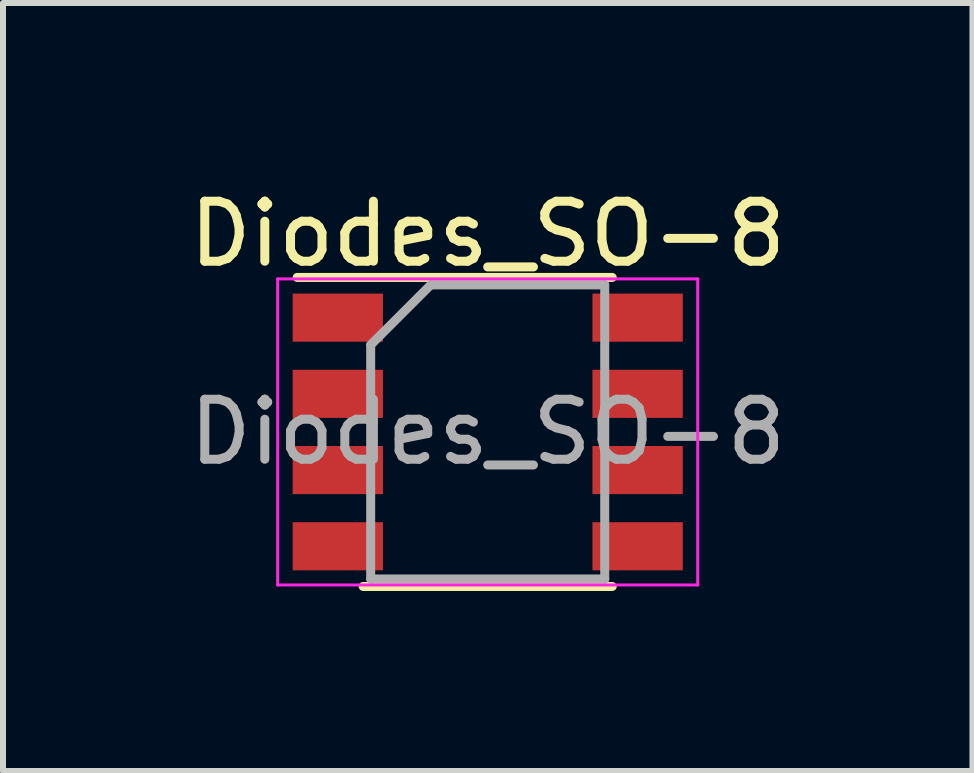
<source format=kicad_pcb>
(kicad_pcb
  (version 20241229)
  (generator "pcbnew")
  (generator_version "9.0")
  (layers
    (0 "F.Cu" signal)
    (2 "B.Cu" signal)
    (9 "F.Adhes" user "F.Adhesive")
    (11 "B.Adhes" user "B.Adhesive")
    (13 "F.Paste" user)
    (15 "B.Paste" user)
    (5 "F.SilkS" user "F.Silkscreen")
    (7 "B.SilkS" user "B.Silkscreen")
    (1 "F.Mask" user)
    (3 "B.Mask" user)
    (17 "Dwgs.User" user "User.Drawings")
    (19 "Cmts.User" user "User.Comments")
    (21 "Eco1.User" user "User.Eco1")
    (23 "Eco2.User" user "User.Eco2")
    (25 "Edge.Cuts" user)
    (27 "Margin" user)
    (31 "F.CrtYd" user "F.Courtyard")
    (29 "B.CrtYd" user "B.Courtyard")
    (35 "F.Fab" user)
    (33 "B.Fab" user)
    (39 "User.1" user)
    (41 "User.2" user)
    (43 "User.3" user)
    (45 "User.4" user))
  (footprint "Diodes_SO-8"
    (layer "F.Cu")
    (at 5.077 4.148)
    (property "Reference" "Diodes_SO-8" (at 0 -3.3 0) (layer "F.SilkS") (effects (font (size 1 1) (thickness 0.15))))
    (attr smd)
    (fp_line (start -3.175 -2.575) (end 2.075 -2.575) (stroke (width 0.15) (type solid)) (layer "F.SilkS"))
    (fp_line (start -2.075 2.575) (end 2.075 2.575) (stroke (width 0.15) (type solid)) (layer "F.SilkS"))
    (fp_line (start -3.5 -2.55) (end -3.5 2.55) (stroke (width 0.05) (type solid)) (layer "F.CrtYd"))
    (fp_line (start -3.5 -2.55) (end 3.5 -2.55) (stroke (width 0.05) (type solid)) (layer "F.CrtYd"))
    (fp_line (start -3.5 2.55) (end 3.5 2.55) (stroke (width 0.05) (type solid)) (layer "F.CrtYd"))
    (fp_line (start 3.5 -2.55) (end 3.5 2.55) (stroke (width 0.05) (type solid)) (layer "F.CrtYd"))
    (fp_line (start -1.95 -1.45) (end -0.95 -2.45) (stroke (width 0.15) (type solid)) (layer "F.Fab"))
    (fp_line (start -1.95 2.45) (end -1.95 -1.45) (stroke (width 0.15) (type solid)) (layer "F.Fab"))
    (fp_line (start -0.95 -2.45) (end 1.95 -2.45) (stroke (width 0.15) (type solid)) (layer "F.Fab"))
    (fp_line (start 1.95 -2.45) (end 1.95 2.45) (stroke (width 0.15) (type solid)) (layer "F.Fab"))
    (fp_line (start 1.95 2.45) (end -1.95 2.45) (stroke (width 0.15) (type solid)) (layer "F.Fab"))
    (fp_text user "${REFERENCE}" (at 0 0 0) (layer "F.Fab") (effects (font (size 1 1) (thickness 0.15))))
    (pad "1" smd rect (at -2.498 -1.905) (size 1.505 0.802) (layers "F.Cu" "F.Mask" "F.Paste"))
    (pad "2" smd rect (at -2.498 -0.635) (size 1.505 0.802) (layers "F.Cu" "F.Mask" "F.Paste"))
    (pad "3" smd rect (at -2.498 0.635) (size 1.505 0.802) (layers "F.Cu" "F.Mask" "F.Paste"))
    (pad "4" smd rect (at -2.498 1.905) (size 1.505 0.802) (layers "F.Cu" "F.Mask" "F.Paste"))
    (pad "5" smd rect (at 2.498 1.905) (size 1.505 0.802) (layers "F.Cu" "F.Mask" "F.Paste"))
    (pad "6" smd rect (at 2.498 0.635) (size 1.505 0.802) (layers "F.Cu" "F.Mask" "F.Paste"))
    (pad "7" smd rect (at 2.498 -0.635) (size 1.505 0.802) (layers "F.Cu" "F.Mask" "F.Paste"))
    (pad "8" smd rect (at 2.498 -1.905) (size 1.505 0.802) (layers "F.Cu" "F.Mask" "F.Paste")))
  (gr_rect
    (start -3 -3)
    (end 13.155 9.798)
    (stroke (width 0.1) (type default))
    (fill no)
    (layer "Edge.Cuts")))
</source>
